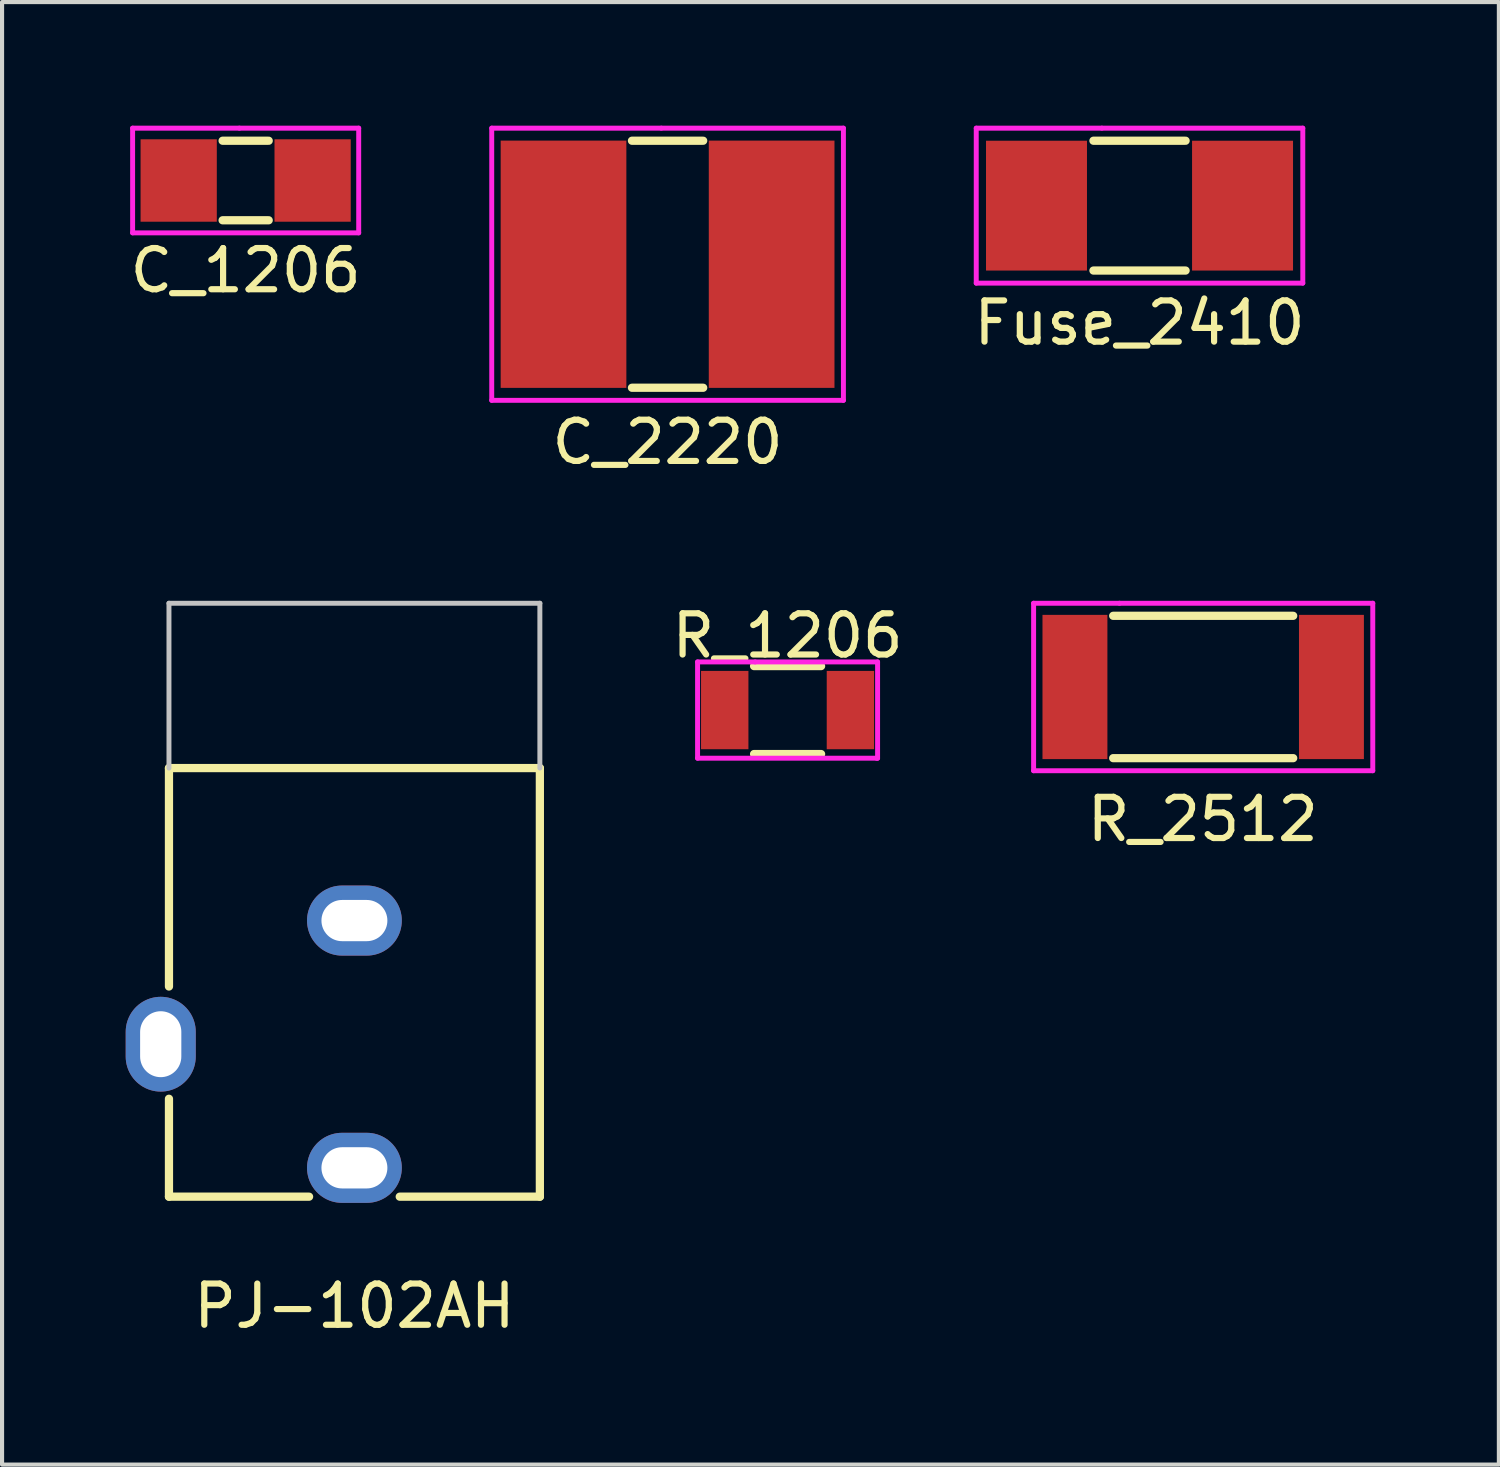
<source format=kicad_pcb>
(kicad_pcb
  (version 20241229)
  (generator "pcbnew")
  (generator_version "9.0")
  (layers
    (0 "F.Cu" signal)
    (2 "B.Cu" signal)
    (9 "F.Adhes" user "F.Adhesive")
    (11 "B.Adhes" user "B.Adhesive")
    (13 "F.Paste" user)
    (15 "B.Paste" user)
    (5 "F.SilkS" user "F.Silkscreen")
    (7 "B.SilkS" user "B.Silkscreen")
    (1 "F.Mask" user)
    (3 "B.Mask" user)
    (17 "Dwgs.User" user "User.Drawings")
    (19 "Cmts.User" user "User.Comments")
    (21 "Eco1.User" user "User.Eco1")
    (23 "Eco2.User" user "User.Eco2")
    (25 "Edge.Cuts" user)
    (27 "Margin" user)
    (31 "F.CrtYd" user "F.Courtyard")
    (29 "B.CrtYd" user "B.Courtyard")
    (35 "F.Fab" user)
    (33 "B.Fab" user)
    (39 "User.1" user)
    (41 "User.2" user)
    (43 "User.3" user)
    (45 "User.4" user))
  (footprint "R_2512"
    (layer "F.Cu")
    (at 26.146 13.62)
    (property "Reference" "R_2512" (at -0.01 3.21 0) (layer "F.SilkS") (effects (font (size 1 1) (thickness 0.15))))
    (attr through_hole)
    (fp_line (start -2.184 -1.727) (end 2.184 -1.727) (stroke (width 0.2) (type solid)) (layer "F.SilkS"))
    (fp_line (start -2.184 1.727) (end 2.184 1.727) (stroke (width 0.2) (type solid)) (layer "F.SilkS"))
    (fp_line (start -4.115 -2.032) (end -4.115 2.032) (stroke (width 0.12) (type solid)) (layer "F.CrtYd"))
    (fp_line (start -4.115 2.032) (end 4.115 2.032) (stroke (width 0.12) (type solid)) (layer "F.CrtYd"))
    (fp_line (start -2.032 -2.032) (end -4.115 -2.032) (stroke (width 0.12) (type solid)) (layer "F.CrtYd"))
    (fp_line (start 4.115 -2.032) (end -2.032 -2.032) (stroke (width 0.12) (type solid)) (layer "F.CrtYd"))
    (fp_line (start 4.115 2.032) (end 4.115 -2.032) (stroke (width 0.12) (type solid)) (layer "F.CrtYd"))
    (pad "1" smd rect (at -3.112 0) (size 1.575 3.5) (layers "F.Cu" "F.Mask" "F.Paste"))
    (pad "2" smd rect (at 3.112 0) (size 1.575 3.5) (layers "F.Cu" "F.Mask" "F.Paste")))
  (footprint "Fuse_2410"
    (layer "F.Cu")
    (at 24.601 1.94)
    (property "Reference" "Fuse_2410" (at 0 2.845 0) (layer "F.SilkS") (effects (font (size 1 1) (thickness 0.15))))
    (attr through_hole)
    (fp_line (start -1.118 -1.575) (end 1.118 -1.575) (stroke (width 0.2) (type solid)) (layer "F.SilkS"))
    (fp_line (start -1.118 1.575) (end 1.118 1.575) (stroke (width 0.2) (type solid)) (layer "F.SilkS"))
    (fp_line (start -3.962 -1.88) (end -3.962 1.88) (stroke (width 0.12) (type solid)) (layer "F.CrtYd"))
    (fp_line (start -3.962 1.88) (end 3.962 1.88) (stroke (width 0.12) (type solid)) (layer "F.CrtYd"))
    (fp_line (start -0.914 -1.88) (end -3.962 -1.88) (stroke (width 0.12) (type solid)) (layer "F.CrtYd"))
    (fp_line (start 3.962 -1.88) (end -0.914 -1.88) (stroke (width 0.12) (type solid)) (layer "F.CrtYd"))
    (fp_line (start 3.962 1.88) (end 3.962 -1.88) (stroke (width 0.12) (type solid)) (layer "F.CrtYd"))
    (pad "1" smd rect (at -2.5 0) (size 2.45 3.15) (layers "F.Cu" "F.Mask" "F.Paste"))
    (pad "2" smd rect (at 2.5 0) (size 2.45 3.15) (layers "F.Cu" "F.Mask" "F.Paste")))
  (footprint "R_1206"
    (layer "F.Cu")
    (at 16.061 14.18)
    (property "Reference" "R_1206" (at 0 -1.803 0) (layer "F.SilkS") (effects (font (size 1 1) (thickness 0.15))))
    (attr through_hole)
    (fp_line (start -0.813 -1.067) (end 0.813 -1.067) (stroke (width 0.2) (type solid)) (layer "F.SilkS"))
    (fp_line (start -0.813 1.067) (end 0.813 1.067) (stroke (width 0.2) (type solid)) (layer "F.SilkS"))
    (fp_line (start -2.184 -1.168) (end -2.184 1.168) (stroke (width 0.12) (type solid)) (layer "F.CrtYd"))
    (fp_line (start -2.184 1.168) (end 2.159 1.168) (stroke (width 0.12) (type solid)) (layer "F.CrtYd"))
    (fp_line (start -0.787 -1.168) (end -2.184 -1.168) (stroke (width 0.12) (type solid)) (layer "F.CrtYd"))
    (fp_line (start 2.159 1.168) (end 2.184 1.168) (stroke (width 0.12) (type solid)) (layer "F.CrtYd"))
    (fp_line (start 2.184 -1.168) (end -0.787 -1.168) (stroke (width 0.12) (type solid)) (layer "F.CrtYd"))
    (fp_line (start 2.184 1.168) (end 2.184 -1.168) (stroke (width 0.12) (type solid)) (layer "F.CrtYd"))
    (pad "1" smd rect (at -1.525 0) (size 1.15 1.9) (layers "F.Cu" "F.Mask" "F.Paste"))
    (pad "2" smd rect (at 1.525 0) (size 1.15 1.9) (layers "F.Cu" "F.Mask" "F.Paste")))
  (footprint "C_2220"
    (layer "F.Cu")
    (at 13.149 3.362)
    (property "Reference" "C_2220" (at 0 4.318 0) (layer "F.SilkS") (effects (font (size 1 1) (thickness 0.15))))
    (attr through_hole)
    (fp_line (start -0.864 -2.997) (end 0.864 -2.997) (stroke (width 0.2) (type solid)) (layer "F.SilkS"))
    (fp_line (start -0.864 2.997) (end 0.864 2.997) (stroke (width 0.2) (type solid)) (layer "F.SilkS"))
    (fp_line (start -4.267 -3.302) (end -4.267 3.302) (stroke (width 0.12) (type solid)) (layer "F.CrtYd"))
    (fp_line (start -4.267 3.302) (end 4.267 3.302) (stroke (width 0.12) (type solid)) (layer "F.CrtYd"))
    (fp_line (start -0.152 -3.302) (end -4.267 -3.302) (stroke (width 0.12) (type solid)) (layer "F.CrtYd"))
    (fp_line (start 4.267 -3.302) (end -0.152 -3.302) (stroke (width 0.12) (type solid)) (layer "F.CrtYd"))
    (fp_line (start 4.267 3.302) (end 4.267 -3.302) (stroke (width 0.12) (type solid)) (layer "F.CrtYd"))
    (pad "1" smd rect (at -2.525 0) (size 3.05 6) (layers "F.Cu" "F.Mask" "F.Paste"))
    (pad "2" smd rect (at 2.525 0) (size 3.05 6) (layers "F.Cu" "F.Mask" "F.Paste")))
  (footprint "C_1206"
    (layer "F.Cu")
    (at 2.911 1.33)
    (property "Reference" "C_1206" (at 0 2.184 0) (layer "F.SilkS") (effects (font (size 1 1) (thickness 0.15))))
    (attr through_hole)
    (fp_line (start -0.559 -0.965) (end 0.559 -0.965) (stroke (width 0.2) (type solid)) (layer "F.SilkS"))
    (fp_line (start -0.559 0.965) (end 0.559 0.965) (stroke (width 0.2) (type solid)) (layer "F.SilkS"))
    (fp_line (start -2.743 -1.27) (end -2.743 1.27) (stroke (width 0.12) (type solid)) (layer "F.CrtYd"))
    (fp_line (start -2.743 1.27) (end 2.743 1.27) (stroke (width 0.12) (type solid)) (layer "F.CrtYd"))
    (fp_line (start -0.152 -1.27) (end -2.743 -1.27) (stroke (width 0.12) (type solid)) (layer "F.CrtYd"))
    (fp_line (start 2.743 -1.27) (end -0.152 -1.27) (stroke (width 0.12) (type solid)) (layer "F.CrtYd"))
    (fp_line (start 2.743 1.27) (end 2.743 -1.27) (stroke (width 0.12) (type solid)) (layer "F.CrtYd"))
    (pad "1" smd rect (at -1.625 0) (size 1.85 2) (layers "F.Cu" "F.Mask" "F.Paste"))
    (pad "2" smd rect (at 1.625 0) (size 1.85 2) (layers "F.Cu" "F.Mask" "F.Paste")))
  (footprint "PJ-102AH"
    (layer "F.Cu")
    (at 5.55 25.288)
    (property "Reference" "PJ-102AH" (at 0 3.353 0) (layer "F.SilkS") (effects (font (size 1 1) (thickness 0.15))))
    (attr through_hole)
    (fp_line (start -4.5 -9.7) (end -4.5 -4.4) (stroke (width 0.2) (type solid)) (layer "F.SilkS"))
    (fp_line (start -4.5 -9.7) (end 4.5 -9.7) (stroke (width 0.2) (type solid)) (layer "F.SilkS"))
    (fp_line (start -4.5 -1.676) (end -4.5 0.7) (stroke (width 0.2) (type solid)) (layer "F.SilkS"))
    (fp_line (start -4.5 0.7) (end -1.1 0.7) (stroke (width 0.2) (type solid)) (layer "F.SilkS"))
    (fp_line (start 4.5 -9.7) (end 4.5 0.7) (stroke (width 0.2) (type solid)) (layer "F.SilkS"))
    (fp_line (start 4.5 0.7) (end 1.1 0.7) (stroke (width 0.2) (type solid)) (layer "F.SilkS"))
    (fp_line (start -4.5 -13.7) (end 4.5 -13.7) (stroke (width 0.12) (type solid)) (layer "Dwgs.User"))
    (fp_line (start -4.5 -9.7) (end -4.5 -13.7) (stroke (width 0.12) (type solid)) (layer "Dwgs.User"))
    (fp_line (start 4.5 -9.7) (end 4.5 -13.7) (stroke (width 0.12) (type solid)) (layer "Dwgs.User"))
    (pad "1" thru_hole oval (at 0 0) (size 2.3 1.7) (drill oval 1.6 1) (layers "*.Cu" "*.Mask"))
    (pad "2" thru_hole oval (at 0 -6) (size 2.3 1.7) (drill oval 1.6 1) (layers "*.Cu" "*.Mask"))
    (pad "3" thru_hole oval (at -4.7 -3 90) (size 2.3 1.7) (drill oval 1.6 1) (layers "*.Cu" "*.Mask")))
  (gr_rect
    (start -3 -3)
    (end 33.321 32.489)
    (stroke (width 0.1) (type default))
    (fill no)
    (layer "Edge.Cuts")))
</source>
